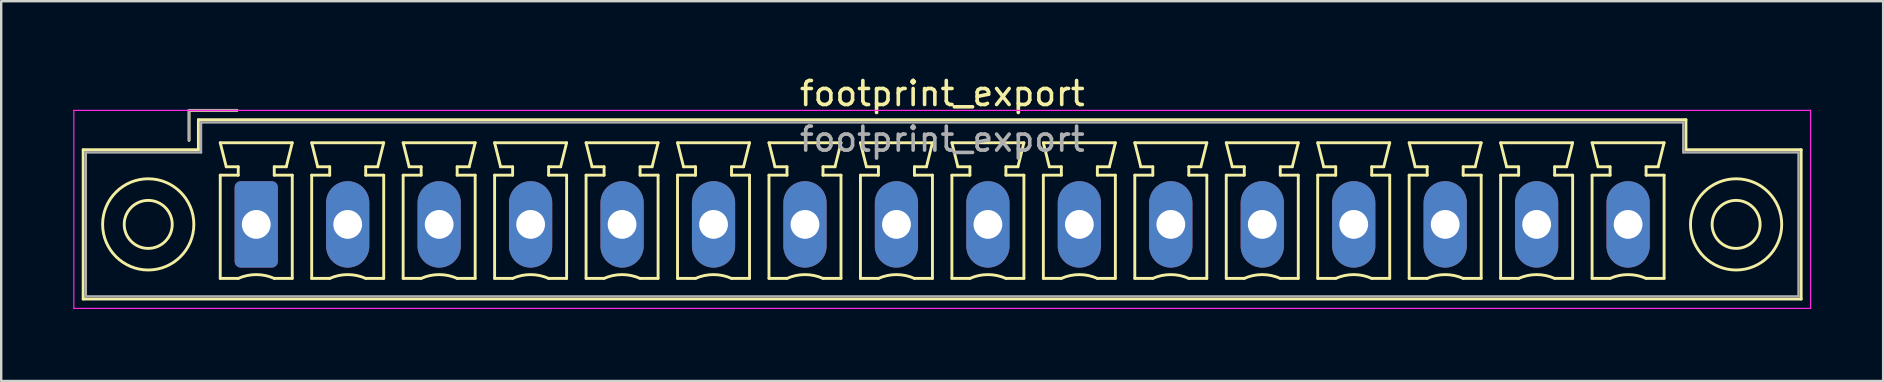
<source format=kicad_pcb>
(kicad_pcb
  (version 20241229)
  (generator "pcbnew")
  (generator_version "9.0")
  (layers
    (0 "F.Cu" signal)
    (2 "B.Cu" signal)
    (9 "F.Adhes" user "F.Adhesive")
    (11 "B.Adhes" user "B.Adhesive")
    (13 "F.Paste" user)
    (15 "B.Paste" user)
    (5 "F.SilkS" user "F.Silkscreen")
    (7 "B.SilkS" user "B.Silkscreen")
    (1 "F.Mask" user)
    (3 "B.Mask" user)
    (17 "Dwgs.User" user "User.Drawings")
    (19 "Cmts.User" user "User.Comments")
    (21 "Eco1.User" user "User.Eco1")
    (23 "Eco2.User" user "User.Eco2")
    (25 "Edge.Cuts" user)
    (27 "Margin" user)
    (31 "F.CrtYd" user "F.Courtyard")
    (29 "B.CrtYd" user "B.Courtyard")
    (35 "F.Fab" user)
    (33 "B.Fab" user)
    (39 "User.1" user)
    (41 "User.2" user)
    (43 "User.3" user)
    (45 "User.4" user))
  (footprint "footprint_export"
    (layer "F.Cu")
    (at 7.625 6.298)
    (property "Reference" "footprint_export" (at 28.58 -5.45 0) (layer "F.SilkS") (effects (font (size 1 1) (thickness 0.15))))
    (attr through_hole)
    (fp_line (start -7.21 -3.11) (end -7.21 3.11) (stroke (width 0.12) (type solid)) (layer "F.SilkS"))
    (fp_line (start -7.21 3.11) (end 64.36 3.11) (stroke (width 0.12) (type solid)) (layer "F.SilkS"))
    (fp_line (start -2.8 -4.75) (end -0.8 -4.75) (stroke (width 0.12) (type solid)) (layer "F.SilkS"))
    (fp_line (start -2.8 -3.5) (end -2.8 -4.75) (stroke (width 0.12) (type solid)) (layer "F.SilkS"))
    (fp_line (start -2.41 -4.36) (end -2.41 -3.11) (stroke (width 0.12) (type solid)) (layer "F.SilkS"))
    (fp_line (start -2.41 -3.11) (end -7.21 -3.11) (stroke (width 0.12) (type solid)) (layer "F.SilkS"))
    (fp_line (start -1.5 -3.4) (end 1.5 -3.4) (stroke (width 0.12) (type solid)) (layer "F.SilkS"))
    (fp_line (start -1.5 -2.05) (end -0.75 -2.05) (stroke (width 0.12) (type solid)) (layer "F.SilkS"))
    (fp_line (start -1.5 2.25) (end -1.5 -2.05) (stroke (width 0.12) (type solid)) (layer "F.SilkS"))
    (fp_line (start -1.25 -2.4) (end -1.5 -3.4) (stroke (width 0.12) (type solid)) (layer "F.SilkS"))
    (fp_line (start -0.75 -2.4) (end -1.25 -2.4) (stroke (width 0.12) (type solid)) (layer "F.SilkS"))
    (fp_line (start -0.75 -2.05) (end -0.75 -2.4) (stroke (width 0.12) (type solid)) (layer "F.SilkS"))
    (fp_line (start -0.75 2.25) (end -1.5 2.25) (stroke (width 0.12) (type solid)) (layer "F.SilkS"))
    (fp_line (start 0.75 -2.4) (end 0.75 -2.05) (stroke (width 0.12) (type solid)) (layer "F.SilkS"))
    (fp_line (start 0.75 -2.05) (end 1.5 -2.05) (stroke (width 0.12) (type solid)) (layer "F.SilkS"))
    (fp_line (start 1.25 -2.4) (end 0.75 -2.4) (stroke (width 0.12) (type solid)) (layer "F.SilkS"))
    (fp_line (start 1.5 -3.4) (end 1.25 -2.4) (stroke (width 0.12) (type solid)) (layer "F.SilkS"))
    (fp_line (start 1.5 -2.05) (end 1.5 2.25) (stroke (width 0.12) (type solid)) (layer "F.SilkS"))
    (fp_line (start 1.5 2.25) (end 0.75 2.25) (stroke (width 0.12) (type solid)) (layer "F.SilkS"))
    (fp_line (start 2.31 -3.4) (end 5.31 -3.4) (stroke (width 0.12) (type solid)) (layer "F.SilkS"))
    (fp_line (start 2.31 -2.05) (end 3.06 -2.05) (stroke (width 0.12) (type solid)) (layer "F.SilkS"))
    (fp_line (start 2.31 2.25) (end 2.31 -2.05) (stroke (width 0.12) (type solid)) (layer "F.SilkS"))
    (fp_line (start 2.56 -2.4) (end 2.31 -3.4) (stroke (width 0.12) (type solid)) (layer "F.SilkS"))
    (fp_line (start 3.06 -2.4) (end 2.56 -2.4) (stroke (width 0.12) (type solid)) (layer "F.SilkS"))
    (fp_line (start 3.06 -2.05) (end 3.06 -2.4) (stroke (width 0.12) (type solid)) (layer "F.SilkS"))
    (fp_line (start 3.06 2.25) (end 2.31 2.25) (stroke (width 0.12) (type solid)) (layer "F.SilkS"))
    (fp_line (start 4.56 -2.4) (end 4.56 -2.05) (stroke (width 0.12) (type solid)) (layer "F.SilkS"))
    (fp_line (start 4.56 -2.05) (end 5.31 -2.05) (stroke (width 0.12) (type solid)) (layer "F.SilkS"))
    (fp_line (start 5.06 -2.4) (end 4.56 -2.4) (stroke (width 0.12) (type solid)) (layer "F.SilkS"))
    (fp_line (start 5.31 -3.4) (end 5.06 -2.4) (stroke (width 0.12) (type solid)) (layer "F.SilkS"))
    (fp_line (start 5.31 -2.05) (end 5.31 2.25) (stroke (width 0.12) (type solid)) (layer "F.SilkS"))
    (fp_line (start 5.31 2.25) (end 4.56 2.25) (stroke (width 0.12) (type solid)) (layer "F.SilkS"))
    (fp_line (start 6.12 -3.4) (end 9.12 -3.4) (stroke (width 0.12) (type solid)) (layer "F.SilkS"))
    (fp_line (start 6.12 -2.05) (end 6.87 -2.05) (stroke (width 0.12) (type solid)) (layer "F.SilkS"))
    (fp_line (start 6.12 2.25) (end 6.12 -2.05) (stroke (width 0.12) (type solid)) (layer "F.SilkS"))
    (fp_line (start 6.37 -2.4) (end 6.12 -3.4) (stroke (width 0.12) (type solid)) (layer "F.SilkS"))
    (fp_line (start 6.87 -2.4) (end 6.37 -2.4) (stroke (width 0.12) (type solid)) (layer "F.SilkS"))
    (fp_line (start 6.87 -2.05) (end 6.87 -2.4) (stroke (width 0.12) (type solid)) (layer "F.SilkS"))
    (fp_line (start 6.87 2.25) (end 6.12 2.25) (stroke (width 0.12) (type solid)) (layer "F.SilkS"))
    (fp_line (start 8.37 -2.4) (end 8.37 -2.05) (stroke (width 0.12) (type solid)) (layer "F.SilkS"))
    (fp_line (start 8.37 -2.05) (end 9.12 -2.05) (stroke (width 0.12) (type solid)) (layer "F.SilkS"))
    (fp_line (start 8.87 -2.4) (end 8.37 -2.4) (stroke (width 0.12) (type solid)) (layer "F.SilkS"))
    (fp_line (start 9.12 -3.4) (end 8.87 -2.4) (stroke (width 0.12) (type solid)) (layer "F.SilkS"))
    (fp_line (start 9.12 -2.05) (end 9.12 2.25) (stroke (width 0.12) (type solid)) (layer "F.SilkS"))
    (fp_line (start 9.12 2.25) (end 8.37 2.25) (stroke (width 0.12) (type solid)) (layer "F.SilkS"))
    (fp_line (start 9.93 -3.4) (end 12.93 -3.4) (stroke (width 0.12) (type solid)) (layer "F.SilkS"))
    (fp_line (start 9.93 -2.05) (end 10.68 -2.05) (stroke (width 0.12) (type solid)) (layer "F.SilkS"))
    (fp_line (start 9.93 2.25) (end 9.93 -2.05) (stroke (width 0.12) (type solid)) (layer "F.SilkS"))
    (fp_line (start 10.18 -2.4) (end 9.93 -3.4) (stroke (width 0.12) (type solid)) (layer "F.SilkS"))
    (fp_line (start 10.68 -2.4) (end 10.18 -2.4) (stroke (width 0.12) (type solid)) (layer "F.SilkS"))
    (fp_line (start 10.68 -2.05) (end 10.68 -2.4) (stroke (width 0.12) (type solid)) (layer "F.SilkS"))
    (fp_line (start 10.68 2.25) (end 9.93 2.25) (stroke (width 0.12) (type solid)) (layer "F.SilkS"))
    (fp_line (start 12.18 -2.4) (end 12.18 -2.05) (stroke (width 0.12) (type solid)) (layer "F.SilkS"))
    (fp_line (start 12.18 -2.05) (end 12.93 -2.05) (stroke (width 0.12) (type solid)) (layer "F.SilkS"))
    (fp_line (start 12.68 -2.4) (end 12.18 -2.4) (stroke (width 0.12) (type solid)) (layer "F.SilkS"))
    (fp_line (start 12.93 -3.4) (end 12.68 -2.4) (stroke (width 0.12) (type solid)) (layer "F.SilkS"))
    (fp_line (start 12.93 -2.05) (end 12.93 2.25) (stroke (width 0.12) (type solid)) (layer "F.SilkS"))
    (fp_line (start 12.93 2.25) (end 12.18 2.25) (stroke (width 0.12) (type solid)) (layer "F.SilkS"))
    (fp_line (start 13.74 -3.4) (end 16.74 -3.4) (stroke (width 0.12) (type solid)) (layer "F.SilkS"))
    (fp_line (start 13.74 -2.05) (end 14.49 -2.05) (stroke (width 0.12) (type solid)) (layer "F.SilkS"))
    (fp_line (start 13.74 2.25) (end 13.74 -2.05) (stroke (width 0.12) (type solid)) (layer "F.SilkS"))
    (fp_line (start 13.99 -2.4) (end 13.74 -3.4) (stroke (width 0.12) (type solid)) (layer "F.SilkS"))
    (fp_line (start 14.49 -2.4) (end 13.99 -2.4) (stroke (width 0.12) (type solid)) (layer "F.SilkS"))
    (fp_line (start 14.49 -2.05) (end 14.49 -2.4) (stroke (width 0.12) (type solid)) (layer "F.SilkS"))
    (fp_line (start 14.49 2.25) (end 13.74 2.25) (stroke (width 0.12) (type solid)) (layer "F.SilkS"))
    (fp_line (start 15.99 -2.4) (end 15.99 -2.05) (stroke (width 0.12) (type solid)) (layer "F.SilkS"))
    (fp_line (start 15.99 -2.05) (end 16.74 -2.05) (stroke (width 0.12) (type solid)) (layer "F.SilkS"))
    (fp_line (start 16.49 -2.4) (end 15.99 -2.4) (stroke (width 0.12) (type solid)) (layer "F.SilkS"))
    (fp_line (start 16.74 -3.4) (end 16.49 -2.4) (stroke (width 0.12) (type solid)) (layer "F.SilkS"))
    (fp_line (start 16.74 -2.05) (end 16.74 2.25) (stroke (width 0.12) (type solid)) (layer "F.SilkS"))
    (fp_line (start 16.74 2.25) (end 15.99 2.25) (stroke (width 0.12) (type solid)) (layer "F.SilkS"))
    (fp_line (start 17.55 -3.4) (end 20.55 -3.4) (stroke (width 0.12) (type solid)) (layer "F.SilkS"))
    (fp_line (start 17.55 -2.05) (end 18.3 -2.05) (stroke (width 0.12) (type solid)) (layer "F.SilkS"))
    (fp_line (start 17.55 2.25) (end 17.55 -2.05) (stroke (width 0.12) (type solid)) (layer "F.SilkS"))
    (fp_line (start 17.8 -2.4) (end 17.55 -3.4) (stroke (width 0.12) (type solid)) (layer "F.SilkS"))
    (fp_line (start 18.3 -2.4) (end 17.8 -2.4) (stroke (width 0.12) (type solid)) (layer "F.SilkS"))
    (fp_line (start 18.3 -2.05) (end 18.3 -2.4) (stroke (width 0.12) (type solid)) (layer "F.SilkS"))
    (fp_line (start 18.3 2.25) (end 17.55 2.25) (stroke (width 0.12) (type solid)) (layer "F.SilkS"))
    (fp_line (start 19.8 -2.4) (end 19.8 -2.05) (stroke (width 0.12) (type solid)) (layer "F.SilkS"))
    (fp_line (start 19.8 -2.05) (end 20.55 -2.05) (stroke (width 0.12) (type solid)) (layer "F.SilkS"))
    (fp_line (start 20.3 -2.4) (end 19.8 -2.4) (stroke (width 0.12) (type solid)) (layer "F.SilkS"))
    (fp_line (start 20.55 -3.4) (end 20.3 -2.4) (stroke (width 0.12) (type solid)) (layer "F.SilkS"))
    (fp_line (start 20.55 -2.05) (end 20.55 2.25) (stroke (width 0.12) (type solid)) (layer "F.SilkS"))
    (fp_line (start 20.55 2.25) (end 19.8 2.25) (stroke (width 0.12) (type solid)) (layer "F.SilkS"))
    (fp_line (start 21.36 -3.4) (end 24.36 -3.4) (stroke (width 0.12) (type solid)) (layer "F.SilkS"))
    (fp_line (start 21.36 -2.05) (end 22.11 -2.05) (stroke (width 0.12) (type solid)) (layer "F.SilkS"))
    (fp_line (start 21.36 2.25) (end 21.36 -2.05) (stroke (width 0.12) (type solid)) (layer "F.SilkS"))
    (fp_line (start 21.61 -2.4) (end 21.36 -3.4) (stroke (width 0.12) (type solid)) (layer "F.SilkS"))
    (fp_line (start 22.11 -2.4) (end 21.61 -2.4) (stroke (width 0.12) (type solid)) (layer "F.SilkS"))
    (fp_line (start 22.11 -2.05) (end 22.11 -2.4) (stroke (width 0.12) (type solid)) (layer "F.SilkS"))
    (fp_line (start 22.11 2.25) (end 21.36 2.25) (stroke (width 0.12) (type solid)) (layer "F.SilkS"))
    (fp_line (start 23.61 -2.4) (end 23.61 -2.05) (stroke (width 0.12) (type solid)) (layer "F.SilkS"))
    (fp_line (start 23.61 -2.05) (end 24.36 -2.05) (stroke (width 0.12) (type solid)) (layer "F.SilkS"))
    (fp_line (start 24.11 -2.4) (end 23.61 -2.4) (stroke (width 0.12) (type solid)) (layer "F.SilkS"))
    (fp_line (start 24.36 -3.4) (end 24.11 -2.4) (stroke (width 0.12) (type solid)) (layer "F.SilkS"))
    (fp_line (start 24.36 -2.05) (end 24.36 2.25) (stroke (width 0.12) (type solid)) (layer "F.SilkS"))
    (fp_line (start 24.36 2.25) (end 23.61 2.25) (stroke (width 0.12) (type solid)) (layer "F.SilkS"))
    (fp_line (start 25.17 -3.4) (end 28.17 -3.4) (stroke (width 0.12) (type solid)) (layer "F.SilkS"))
    (fp_line (start 25.17 -2.05) (end 25.92 -2.05) (stroke (width 0.12) (type solid)) (layer "F.SilkS"))
    (fp_line (start 25.17 2.25) (end 25.17 -2.05) (stroke (width 0.12) (type solid)) (layer "F.SilkS"))
    (fp_line (start 25.42 -2.4) (end 25.17 -3.4) (stroke (width 0.12) (type solid)) (layer "F.SilkS"))
    (fp_line (start 25.92 -2.4) (end 25.42 -2.4) (stroke (width 0.12) (type solid)) (layer "F.SilkS"))
    (fp_line (start 25.92 -2.05) (end 25.92 -2.4) (stroke (width 0.12) (type solid)) (layer "F.SilkS"))
    (fp_line (start 25.92 2.25) (end 25.17 2.25) (stroke (width 0.12) (type solid)) (layer "F.SilkS"))
    (fp_line (start 27.42 -2.4) (end 27.42 -2.05) (stroke (width 0.12) (type solid)) (layer "F.SilkS"))
    (fp_line (start 27.42 -2.05) (end 28.17 -2.05) (stroke (width 0.12) (type solid)) (layer "F.SilkS"))
    (fp_line (start 27.92 -2.4) (end 27.42 -2.4) (stroke (width 0.12) (type solid)) (layer "F.SilkS"))
    (fp_line (start 28.17 -3.4) (end 27.92 -2.4) (stroke (width 0.12) (type solid)) (layer "F.SilkS"))
    (fp_line (start 28.17 -2.05) (end 28.17 2.25) (stroke (width 0.12) (type solid)) (layer "F.SilkS"))
    (fp_line (start 28.17 2.25) (end 27.42 2.25) (stroke (width 0.12) (type solid)) (layer "F.SilkS"))
    (fp_line (start 28.98 -3.4) (end 31.98 -3.4) (stroke (width 0.12) (type solid)) (layer "F.SilkS"))
    (fp_line (start 28.98 -2.05) (end 29.73 -2.05) (stroke (width 0.12) (type solid)) (layer "F.SilkS"))
    (fp_line (start 28.98 2.25) (end 28.98 -2.05) (stroke (width 0.12) (type solid)) (layer "F.SilkS"))
    (fp_line (start 29.23 -2.4) (end 28.98 -3.4) (stroke (width 0.12) (type solid)) (layer "F.SilkS"))
    (fp_line (start 29.73 -2.4) (end 29.23 -2.4) (stroke (width 0.12) (type solid)) (layer "F.SilkS"))
    (fp_line (start 29.73 -2.05) (end 29.73 -2.4) (stroke (width 0.12) (type solid)) (layer "F.SilkS"))
    (fp_line (start 29.73 2.25) (end 28.98 2.25) (stroke (width 0.12) (type solid)) (layer "F.SilkS"))
    (fp_line (start 31.23 -2.4) (end 31.23 -2.05) (stroke (width 0.12) (type solid)) (layer "F.SilkS"))
    (fp_line (start 31.23 -2.05) (end 31.98 -2.05) (stroke (width 0.12) (type solid)) (layer "F.SilkS"))
    (fp_line (start 31.73 -2.4) (end 31.23 -2.4) (stroke (width 0.12) (type solid)) (layer "F.SilkS"))
    (fp_line (start 31.98 -3.4) (end 31.73 -2.4) (stroke (width 0.12) (type solid)) (layer "F.SilkS"))
    (fp_line (start 31.98 -2.05) (end 31.98 2.25) (stroke (width 0.12) (type solid)) (layer "F.SilkS"))
    (fp_line (start 31.98 2.25) (end 31.23 2.25) (stroke (width 0.12) (type solid)) (layer "F.SilkS"))
    (fp_line (start 32.79 -3.4) (end 35.79 -3.4) (stroke (width 0.12) (type solid)) (layer "F.SilkS"))
    (fp_line (start 32.79 -2.05) (end 33.54 -2.05) (stroke (width 0.12) (type solid)) (layer "F.SilkS"))
    (fp_line (start 32.79 2.25) (end 32.79 -2.05) (stroke (width 0.12) (type solid)) (layer "F.SilkS"))
    (fp_line (start 33.04 -2.4) (end 32.79 -3.4) (stroke (width 0.12) (type solid)) (layer "F.SilkS"))
    (fp_line (start 33.54 -2.4) (end 33.04 -2.4) (stroke (width 0.12) (type solid)) (layer "F.SilkS"))
    (fp_line (start 33.54 -2.05) (end 33.54 -2.4) (stroke (width 0.12) (type solid)) (layer "F.SilkS"))
    (fp_line (start 33.54 2.25) (end 32.79 2.25) (stroke (width 0.12) (type solid)) (layer "F.SilkS"))
    (fp_line (start 35.04 -2.4) (end 35.04 -2.05) (stroke (width 0.12) (type solid)) (layer "F.SilkS"))
    (fp_line (start 35.04 -2.05) (end 35.79 -2.05) (stroke (width 0.12) (type solid)) (layer "F.SilkS"))
    (fp_line (start 35.54 -2.4) (end 35.04 -2.4) (stroke (width 0.12) (type solid)) (layer "F.SilkS"))
    (fp_line (start 35.79 -3.4) (end 35.54 -2.4) (stroke (width 0.12) (type solid)) (layer "F.SilkS"))
    (fp_line (start 35.79 -2.05) (end 35.79 2.25) (stroke (width 0.12) (type solid)) (layer "F.SilkS"))
    (fp_line (start 35.79 2.25) (end 35.04 2.25) (stroke (width 0.12) (type solid)) (layer "F.SilkS"))
    (fp_line (start 36.6 -3.4) (end 39.6 -3.4) (stroke (width 0.12) (type solid)) (layer "F.SilkS"))
    (fp_line (start 36.6 -2.05) (end 37.35 -2.05) (stroke (width 0.12) (type solid)) (layer "F.SilkS"))
    (fp_line (start 36.6 2.25) (end 36.6 -2.05) (stroke (width 0.12) (type solid)) (layer "F.SilkS"))
    (fp_line (start 36.85 -2.4) (end 36.6 -3.4) (stroke (width 0.12) (type solid)) (layer "F.SilkS"))
    (fp_line (start 37.35 -2.4) (end 36.85 -2.4) (stroke (width 0.12) (type solid)) (layer "F.SilkS"))
    (fp_line (start 37.35 -2.05) (end 37.35 -2.4) (stroke (width 0.12) (type solid)) (layer "F.SilkS"))
    (fp_line (start 37.35 2.25) (end 36.6 2.25) (stroke (width 0.12) (type solid)) (layer "F.SilkS"))
    (fp_line (start 38.85 -2.4) (end 38.85 -2.05) (stroke (width 0.12) (type solid)) (layer "F.SilkS"))
    (fp_line (start 38.85 -2.05) (end 39.6 -2.05) (stroke (width 0.12) (type solid)) (layer "F.SilkS"))
    (fp_line (start 39.35 -2.4) (end 38.85 -2.4) (stroke (width 0.12) (type solid)) (layer "F.SilkS"))
    (fp_line (start 39.6 -3.4) (end 39.35 -2.4) (stroke (width 0.12) (type solid)) (layer "F.SilkS"))
    (fp_line (start 39.6 -2.05) (end 39.6 2.25) (stroke (width 0.12) (type solid)) (layer "F.SilkS"))
    (fp_line (start 39.6 2.25) (end 38.85 2.25) (stroke (width 0.12) (type solid)) (layer "F.SilkS"))
    (fp_line (start 40.41 -3.4) (end 43.41 -3.4) (stroke (width 0.12) (type solid)) (layer "F.SilkS"))
    (fp_line (start 40.41 -2.05) (end 41.16 -2.05) (stroke (width 0.12) (type solid)) (layer "F.SilkS"))
    (fp_line (start 40.41 2.25) (end 40.41 -2.05) (stroke (width 0.12) (type solid)) (layer "F.SilkS"))
    (fp_line (start 40.66 -2.4) (end 40.41 -3.4) (stroke (width 0.12) (type solid)) (layer "F.SilkS"))
    (fp_line (start 41.16 -2.4) (end 40.66 -2.4) (stroke (width 0.12) (type solid)) (layer "F.SilkS"))
    (fp_line (start 41.16 -2.05) (end 41.16 -2.4) (stroke (width 0.12) (type solid)) (layer "F.SilkS"))
    (fp_line (start 41.16 2.25) (end 40.41 2.25) (stroke (width 0.12) (type solid)) (layer "F.SilkS"))
    (fp_line (start 42.66 -2.4) (end 42.66 -2.05) (stroke (width 0.12) (type solid)) (layer "F.SilkS"))
    (fp_line (start 42.66 -2.05) (end 43.41 -2.05) (stroke (width 0.12) (type solid)) (layer "F.SilkS"))
    (fp_line (start 43.16 -2.4) (end 42.66 -2.4) (stroke (width 0.12) (type solid)) (layer "F.SilkS"))
    (fp_line (start 43.41 -3.4) (end 43.16 -2.4) (stroke (width 0.12) (type solid)) (layer "F.SilkS"))
    (fp_line (start 43.41 -2.05) (end 43.41 2.25) (stroke (width 0.12) (type solid)) (layer "F.SilkS"))
    (fp_line (start 43.41 2.25) (end 42.66 2.25) (stroke (width 0.12) (type solid)) (layer "F.SilkS"))
    (fp_line (start 44.22 -3.4) (end 47.22 -3.4) (stroke (width 0.12) (type solid)) (layer "F.SilkS"))
    (fp_line (start 44.22 -2.05) (end 44.97 -2.05) (stroke (width 0.12) (type solid)) (layer "F.SilkS"))
    (fp_line (start 44.22 2.25) (end 44.22 -2.05) (stroke (width 0.12) (type solid)) (layer "F.SilkS"))
    (fp_line (start 44.47 -2.4) (end 44.22 -3.4) (stroke (width 0.12) (type solid)) (layer "F.SilkS"))
    (fp_line (start 44.97 -2.4) (end 44.47 -2.4) (stroke (width 0.12) (type solid)) (layer "F.SilkS"))
    (fp_line (start 44.97 -2.05) (end 44.97 -2.4) (stroke (width 0.12) (type solid)) (layer "F.SilkS"))
    (fp_line (start 44.97 2.25) (end 44.22 2.25) (stroke (width 0.12) (type solid)) (layer "F.SilkS"))
    (fp_line (start 46.47 -2.4) (end 46.47 -2.05) (stroke (width 0.12) (type solid)) (layer "F.SilkS"))
    (fp_line (start 46.47 -2.05) (end 47.22 -2.05) (stroke (width 0.12) (type solid)) (layer "F.SilkS"))
    (fp_line (start 46.97 -2.4) (end 46.47 -2.4) (stroke (width 0.12) (type solid)) (layer "F.SilkS"))
    (fp_line (start 47.22 -3.4) (end 46.97 -2.4) (stroke (width 0.12) (type solid)) (layer "F.SilkS"))
    (fp_line (start 47.22 -2.05) (end 47.22 2.25) (stroke (width 0.12) (type solid)) (layer "F.SilkS"))
    (fp_line (start 47.22 2.25) (end 46.47 2.25) (stroke (width 0.12) (type solid)) (layer "F.SilkS"))
    (fp_line (start 48.03 -3.4) (end 51.03 -3.4) (stroke (width 0.12) (type solid)) (layer "F.SilkS"))
    (fp_line (start 48.03 -2.05) (end 48.78 -2.05) (stroke (width 0.12) (type solid)) (layer "F.SilkS"))
    (fp_line (start 48.03 2.25) (end 48.03 -2.05) (stroke (width 0.12) (type solid)) (layer "F.SilkS"))
    (fp_line (start 48.28 -2.4) (end 48.03 -3.4) (stroke (width 0.12) (type solid)) (layer "F.SilkS"))
    (fp_line (start 48.78 -2.4) (end 48.28 -2.4) (stroke (width 0.12) (type solid)) (layer "F.SilkS"))
    (fp_line (start 48.78 -2.05) (end 48.78 -2.4) (stroke (width 0.12) (type solid)) (layer "F.SilkS"))
    (fp_line (start 48.78 2.25) (end 48.03 2.25) (stroke (width 0.12) (type solid)) (layer "F.SilkS"))
    (fp_line (start 50.28 -2.4) (end 50.28 -2.05) (stroke (width 0.12) (type solid)) (layer "F.SilkS"))
    (fp_line (start 50.28 -2.05) (end 51.03 -2.05) (stroke (width 0.12) (type solid)) (layer "F.SilkS"))
    (fp_line (start 50.78 -2.4) (end 50.28 -2.4) (stroke (width 0.12) (type solid)) (layer "F.SilkS"))
    (fp_line (start 51.03 -3.4) (end 50.78 -2.4) (stroke (width 0.12) (type solid)) (layer "F.SilkS"))
    (fp_line (start 51.03 -2.05) (end 51.03 2.25) (stroke (width 0.12) (type solid)) (layer "F.SilkS"))
    (fp_line (start 51.03 2.25) (end 50.28 2.25) (stroke (width 0.12) (type solid)) (layer "F.SilkS"))
    (fp_line (start 51.84 -3.4) (end 54.84 -3.4) (stroke (width 0.12) (type solid)) (layer "F.SilkS"))
    (fp_line (start 51.84 -2.05) (end 52.59 -2.05) (stroke (width 0.12) (type solid)) (layer "F.SilkS"))
    (fp_line (start 51.84 2.25) (end 51.84 -2.05) (stroke (width 0.12) (type solid)) (layer "F.SilkS"))
    (fp_line (start 52.09 -2.4) (end 51.84 -3.4) (stroke (width 0.12) (type solid)) (layer "F.SilkS"))
    (fp_line (start 52.59 -2.4) (end 52.09 -2.4) (stroke (width 0.12) (type solid)) (layer "F.SilkS"))
    (fp_line (start 52.59 -2.05) (end 52.59 -2.4) (stroke (width 0.12) (type solid)) (layer "F.SilkS"))
    (fp_line (start 52.59 2.25) (end 51.84 2.25) (stroke (width 0.12) (type solid)) (layer "F.SilkS"))
    (fp_line (start 54.09 -2.4) (end 54.09 -2.05) (stroke (width 0.12) (type solid)) (layer "F.SilkS"))
    (fp_line (start 54.09 -2.05) (end 54.84 -2.05) (stroke (width 0.12) (type solid)) (layer "F.SilkS"))
    (fp_line (start 54.59 -2.4) (end 54.09 -2.4) (stroke (width 0.12) (type solid)) (layer "F.SilkS"))
    (fp_line (start 54.84 -3.4) (end 54.59 -2.4) (stroke (width 0.12) (type solid)) (layer "F.SilkS"))
    (fp_line (start 54.84 -2.05) (end 54.84 2.25) (stroke (width 0.12) (type solid)) (layer "F.SilkS"))
    (fp_line (start 54.84 2.25) (end 54.09 2.25) (stroke (width 0.12) (type solid)) (layer "F.SilkS"))
    (fp_line (start 55.65 -3.4) (end 58.65 -3.4) (stroke (width 0.12) (type solid)) (layer "F.SilkS"))
    (fp_line (start 55.65 -2.05) (end 56.4 -2.05) (stroke (width 0.12) (type solid)) (layer "F.SilkS"))
    (fp_line (start 55.65 2.25) (end 55.65 -2.05) (stroke (width 0.12) (type solid)) (layer "F.SilkS"))
    (fp_line (start 55.9 -2.4) (end 55.65 -3.4) (stroke (width 0.12) (type solid)) (layer "F.SilkS"))
    (fp_line (start 56.4 -2.4) (end 55.9 -2.4) (stroke (width 0.12) (type solid)) (layer "F.SilkS"))
    (fp_line (start 56.4 -2.05) (end 56.4 -2.4) (stroke (width 0.12) (type solid)) (layer "F.SilkS"))
    (fp_line (start 56.4 2.25) (end 55.65 2.25) (stroke (width 0.12) (type solid)) (layer "F.SilkS"))
    (fp_line (start 57.9 -2.4) (end 57.9 -2.05) (stroke (width 0.12) (type solid)) (layer "F.SilkS"))
    (fp_line (start 57.9 -2.05) (end 58.65 -2.05) (stroke (width 0.12) (type solid)) (layer "F.SilkS"))
    (fp_line (start 58.4 -2.4) (end 57.9 -2.4) (stroke (width 0.12) (type solid)) (layer "F.SilkS"))
    (fp_line (start 58.65 -3.4) (end 58.4 -2.4) (stroke (width 0.12) (type solid)) (layer "F.SilkS"))
    (fp_line (start 58.65 -2.05) (end 58.65 2.25) (stroke (width 0.12) (type solid)) (layer "F.SilkS"))
    (fp_line (start 58.65 2.25) (end 57.9 2.25) (stroke (width 0.12) (type solid)) (layer "F.SilkS"))
    (fp_line (start 59.56 -4.36) (end -2.41 -4.36) (stroke (width 0.12) (type solid)) (layer "F.SilkS"))
    (fp_line (start 59.56 -3.11) (end 59.56 -4.36) (stroke (width 0.12) (type solid)) (layer "F.SilkS"))
    (fp_line (start 64.36 -3.11) (end 59.56 -3.11) (stroke (width 0.12) (type solid)) (layer "F.SilkS"))
    (fp_line (start 64.36 3.11) (end 64.36 -3.11) (stroke (width 0.12) (type solid)) (layer "F.SilkS"))
    (fp_arc (start -0.75 2.25) (mid -0.000193 2.09191) (end 0.749647 2.249844) (stroke (width 0.12) (type solid)) (layer "F.SilkS"))
    (fp_arc (start 3.06 2.25) (mid 3.809807 2.09191) (end 4.559647 2.249844) (stroke (width 0.12) (type solid)) (layer "F.SilkS"))
    (fp_arc (start 6.87 2.25) (mid 7.619807 2.09191) (end 8.369647 2.249844) (stroke (width 0.12) (type solid)) (layer "F.SilkS"))
    (fp_arc (start 10.68 2.25) (mid 11.429807 2.09191) (end 12.179647 2.249844) (stroke (width 0.12) (type solid)) (layer "F.SilkS"))
    (fp_arc (start 14.49 2.25) (mid 15.239807 2.09191) (end 15.989647 2.249844) (stroke (width 0.12) (type solid)) (layer "F.SilkS"))
    (fp_arc (start 18.3 2.25) (mid 19.049807 2.09191) (end 19.799647 2.249844) (stroke (width 0.12) (type solid)) (layer "F.SilkS"))
    (fp_arc (start 22.11 2.25) (mid 22.859807 2.09191) (end 23.609647 2.249844) (stroke (width 0.12) (type solid)) (layer "F.SilkS"))
    (fp_arc (start 25.92 2.25) (mid 26.669807 2.09191) (end 27.419647 2.249844) (stroke (width 0.12) (type solid)) (layer "F.SilkS"))
    (fp_arc (start 29.73 2.25) (mid 30.479807 2.09191) (end 31.229647 2.249844) (stroke (width 0.12) (type solid)) (layer "F.SilkS"))
    (fp_arc (start 33.54 2.25) (mid 34.289807 2.09191) (end 35.039647 2.249844) (stroke (width 0.12) (type solid)) (layer "F.SilkS"))
    (fp_arc (start 37.35 2.25) (mid 38.099807 2.09191) (end 38.849647 2.249844) (stroke (width 0.12) (type solid)) (layer "F.SilkS"))
    (fp_arc (start 41.16 2.25) (mid 41.909807 2.09191) (end 42.659647 2.249844) (stroke (width 0.12) (type solid)) (layer "F.SilkS"))
    (fp_arc (start 44.97 2.25) (mid 45.719807 2.09191) (end 46.469647 2.249844) (stroke (width 0.12) (type solid)) (layer "F.SilkS"))
    (fp_arc (start 48.78 2.25) (mid 49.529807 2.09191) (end 50.279647 2.249844) (stroke (width 0.12) (type solid)) (layer "F.SilkS"))
    (fp_arc (start 52.59 2.25) (mid 53.339807 2.09191) (end 54.089647 2.249844) (stroke (width 0.12) (type solid)) (layer "F.SilkS"))
    (fp_arc (start 56.4 2.25) (mid 57.149807 2.09191) (end 57.899647 2.249844) (stroke (width 0.12) (type solid)) (layer "F.SilkS"))
    (fp_circle (center -4.5 0) (end -3.5 0) (stroke (width 0.12) (type solid)) (fill no) (layer "F.SilkS"))
    (fp_circle (center -4.5 0) (end -2.6 0) (stroke (width 0.12) (type solid)) (fill no) (layer "F.SilkS"))
    (fp_circle (center 61.65 0) (end 62.65 0) (stroke (width 0.12) (type solid)) (fill no) (layer "F.SilkS"))
    (fp_circle (center 61.65 0) (end 63.55 0) (stroke (width 0.12) (type solid)) (fill no) (layer "F.SilkS"))
    (fp_line (start -7.6 -4.75) (end -7.6 3.5) (stroke (width 0.05) (type solid)) (layer "F.CrtYd"))
    (fp_line (start -7.6 3.5) (end 64.75 3.5) (stroke (width 0.05) (type solid)) (layer "F.CrtYd"))
    (fp_line (start 64.75 -4.75) (end -7.6 -4.75) (stroke (width 0.05) (type solid)) (layer "F.CrtYd"))
    (fp_line (start 64.75 3.5) (end 64.75 -4.75) (stroke (width 0.05) (type solid)) (layer "F.CrtYd"))
    (fp_line (start -7.1 -3) (end -7.1 3) (stroke (width 0.1) (type solid)) (layer "F.Fab"))
    (fp_line (start -7.1 3) (end 64.25 3) (stroke (width 0.1) (type solid)) (layer "F.Fab"))
    (fp_line (start -2.8 -4.75) (end -0.8 -4.75) (stroke (width 0.1) (type solid)) (layer "F.Fab"))
    (fp_line (start -2.8 -3.5) (end -2.8 -4.75) (stroke (width 0.1) (type solid)) (layer "F.Fab"))
    (fp_line (start -2.3 -4.25) (end -2.3 -3) (stroke (width 0.1) (type solid)) (layer "F.Fab"))
    (fp_line (start -2.3 -3) (end -7.1 -3) (stroke (width 0.1) (type solid)) (layer "F.Fab"))
    (fp_line (start 59.45 -4.25) (end -2.3 -4.25) (stroke (width 0.1) (type solid)) (layer "F.Fab"))
    (fp_line (start 59.45 -3) (end 59.45 -4.25) (stroke (width 0.1) (type solid)) (layer "F.Fab"))
    (fp_line (start 64.25 -3) (end 59.45 -3) (stroke (width 0.1) (type solid)) (layer "F.Fab"))
    (fp_line (start 64.25 3) (end 64.25 -3) (stroke (width 0.1) (type solid)) (layer "F.Fab"))
    (fp_text user "${REFERENCE}" (at 28.58 -3.55 0) (layer "F.Fab") (effects (font (size 1 1) (thickness 0.15))))
    (pad "1" thru_hole roundrect (at 0 0) (size 1.8 3.6) (drill 1.2) (layers "*.Cu" "*.Mask") (roundrect_rratio 0.139))
    (pad "2" thru_hole oval (at 3.81 0) (size 1.8 3.6) (drill 1.2) (layers "*.Cu" "*.Mask"))
    (pad "3" thru_hole oval (at 7.62 0) (size 1.8 3.6) (drill 1.2) (layers "*.Cu" "*.Mask"))
    (pad "4" thru_hole oval (at 11.43 0) (size 1.8 3.6) (drill 1.2) (layers "*.Cu" "*.Mask"))
    (pad "5" thru_hole oval (at 15.24 0) (size 1.8 3.6) (drill 1.2) (layers "*.Cu" "*.Mask"))
    (pad "6" thru_hole oval (at 19.05 0) (size 1.8 3.6) (drill 1.2) (layers "*.Cu" "*.Mask"))
    (pad "7" thru_hole oval (at 22.86 0) (size 1.8 3.6) (drill 1.2) (layers "*.Cu" "*.Mask"))
    (pad "8" thru_hole oval (at 26.67 0) (size 1.8 3.6) (drill 1.2) (layers "*.Cu" "*.Mask"))
    (pad "9" thru_hole oval (at 30.48 0) (size 1.8 3.6) (drill 1.2) (layers "*.Cu" "*.Mask"))
    (pad "10" thru_hole oval (at 34.29 0) (size 1.8 3.6) (drill 1.2) (layers "*.Cu" "*.Mask"))
    (pad "11" thru_hole oval (at 38.1 0) (size 1.8 3.6) (drill 1.2) (layers "*.Cu" "*.Mask"))
    (pad "12" thru_hole oval (at 41.91 0) (size 1.8 3.6) (drill 1.2) (layers "*.Cu" "*.Mask"))
    (pad "13" thru_hole oval (at 45.72 0) (size 1.8 3.6) (drill 1.2) (layers "*.Cu" "*.Mask"))
    (pad "14" thru_hole oval (at 49.53 0) (size 1.8 3.6) (drill 1.2) (layers "*.Cu" "*.Mask"))
    (pad "15" thru_hole oval (at 53.34 0) (size 1.8 3.6) (drill 1.2) (layers "*.Cu" "*.Mask"))
    (pad "16" thru_hole oval (at 57.15 0) (size 1.8 3.6) (drill 1.2) (layers "*.Cu" "*.Mask")))
  (gr_rect
    (start -3 -3)
    (end 75.4 12.823)
    (stroke (width 0.1) (type default))
    (fill no)
    (layer "Edge.Cuts")))
</source>
